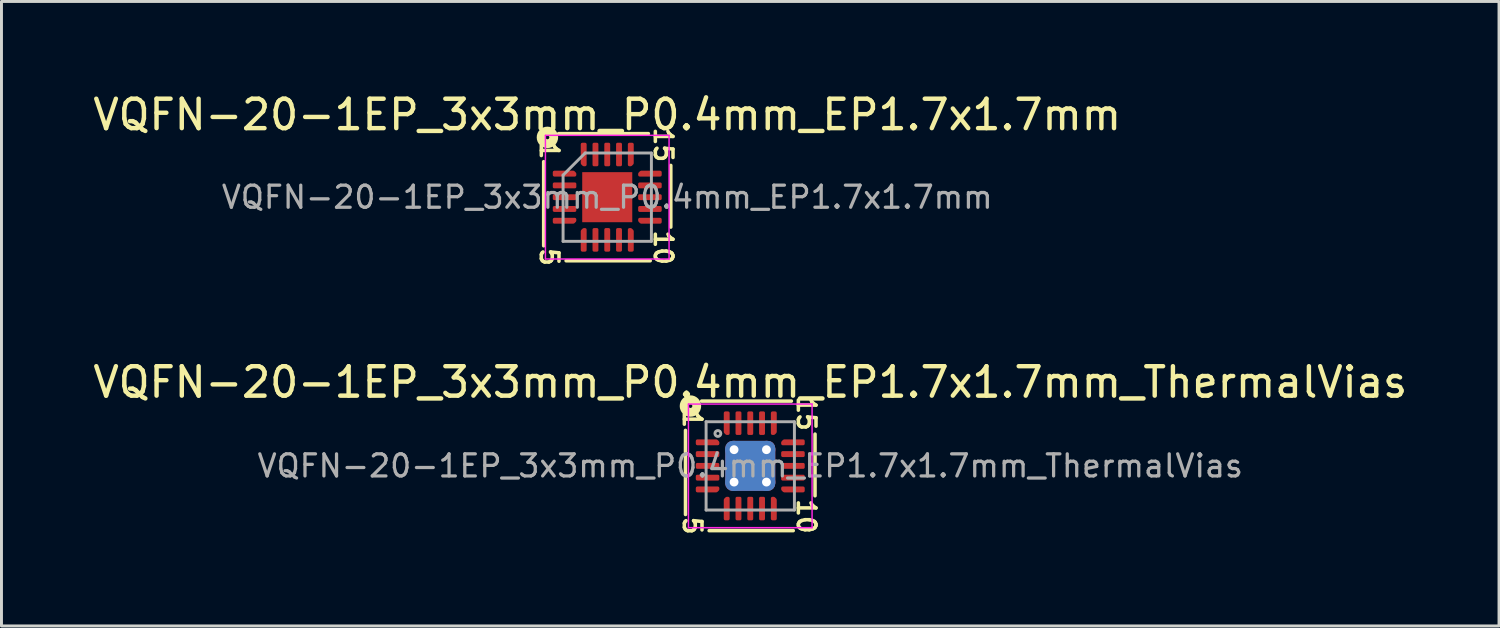
<source format=kicad_pcb>
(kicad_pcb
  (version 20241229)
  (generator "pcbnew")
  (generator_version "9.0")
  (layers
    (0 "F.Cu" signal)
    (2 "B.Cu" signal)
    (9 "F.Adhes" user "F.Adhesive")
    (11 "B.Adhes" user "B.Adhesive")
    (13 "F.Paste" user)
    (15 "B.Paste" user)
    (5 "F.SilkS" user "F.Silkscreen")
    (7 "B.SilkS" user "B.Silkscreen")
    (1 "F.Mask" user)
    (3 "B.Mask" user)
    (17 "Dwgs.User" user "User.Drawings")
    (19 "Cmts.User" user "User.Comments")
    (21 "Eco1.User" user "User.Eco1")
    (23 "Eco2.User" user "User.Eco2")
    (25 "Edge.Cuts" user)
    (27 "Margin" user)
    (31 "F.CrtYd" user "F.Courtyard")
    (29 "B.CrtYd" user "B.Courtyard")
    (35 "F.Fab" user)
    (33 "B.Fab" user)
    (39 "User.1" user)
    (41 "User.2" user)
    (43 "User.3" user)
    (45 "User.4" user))
  (footprint "VQFN-20-1EP_3x3mm_P0.4mm_EP1.7x1.7mm_ThermalVias"
    (layer "F.Cu")
    (at 22.435 12.775)
    (property "Reference" "VQFN-20-1EP_3x3mm_P0.4mm_EP1.7x1.7mm_ThermalVias" (at 0 -2.841 0) (layer "F.SilkS") (effects (font (size 1 1) (thickness 0.15))))
    (attr smd)
    (fp_line (start -2.2 -1.206) (end -2.2 1.651) (stroke (width 0.12) (type solid)) (layer "F.SilkS"))
    (fp_line (start -1.397 2.2) (end 1.46 2.2) (stroke (width 0.12) (type solid)) (layer "F.SilkS"))
    (fp_line (start 1.397 -2.2) (end -1.651 -2.2) (stroke (width 0.12) (type solid)) (layer "F.SilkS"))
    (fp_line (start 2.2 1.016) (end 2.2 -1.079) (stroke (width 0.12) (type solid)) (layer "F.SilkS"))
    (fp_circle (center -2.032 -2.032) (end -1.968 -2.032) (stroke (width 0.3) (type solid)) (fill no) (layer "F.SilkS"))
    (fp_line (start -2.1 -2.1) (end -2.1 2.1) (stroke (width 0.05) (type solid)) (layer "F.CrtYd"))
    (fp_line (start -2.1 2.1) (end 2.1 2.1) (stroke (width 0.05) (type solid)) (layer "F.CrtYd"))
    (fp_line (start 2.1 -2.1) (end -2.1 -2.1) (stroke (width 0.05) (type solid)) (layer "F.CrtYd"))
    (fp_line (start 2.1 2.1) (end 2.1 -2.1) (stroke (width 0.05) (type solid)) (layer "F.CrtYd"))
    (fp_line (start -1.5 -1.5) (end 1.5 -1.5) (stroke (width 0.1) (type solid)) (layer "F.Fab"))
    (fp_line (start -1.5 1.5) (end -1.5 -1.5) (stroke (width 0.1) (type solid)) (layer "F.Fab"))
    (fp_line (start 1.5 -1.5) (end 1.5 1.5) (stroke (width 0.1) (type solid)) (layer "F.Fab"))
    (fp_line (start 1.5 1.5) (end -1.5 1.5) (stroke (width 0.1) (type solid)) (layer "F.Fab"))
    (fp_circle (center -1.1 -1.1) (end -1 -1.1) (stroke (width 0.1) (type solid)) (fill no) (layer "F.Fab"))
    (fp_text user "10" (at 1.905 1.714 270) (unlocked yes) (layer "F.SilkS") (effects (font (size 0.6 0.6) (thickness 0.12))))
    (fp_text user "1" (at -1.968 -1.587 270) (unlocked yes) (layer "F.SilkS") (effects (font (size 0.6 0.6) (thickness 0.12))))
    (fp_text user "15" (at 1.905 -1.778 270) (unlocked yes) (layer "F.SilkS") (effects (font (size 0.6 0.6) (thickness 0.12))))
    (fp_text user "5" (at -1.968 2.032 270) (unlocked yes) (layer "F.SilkS") (effects (font (size 0.6 0.6) (thickness 0.12))))
    (fp_text user "${REFERENCE}" (at 0 0 0) (layer "F.Fab") (effects (font (size 0.75 0.75) (thickness 0.11))))
    (pad "" smd roundrect (at -0.425 -0.425) (size 0.74 0.74) (layers "F.Paste") (roundrect_rratio 0.25))
    (pad "" smd roundrect (at -0.425 0.425) (size 0.74 0.74) (layers "F.Paste") (roundrect_rratio 0.25))
    (pad "" smd roundrect (at 0.425 -0.425) (size 0.74 0.74) (layers "F.Paste") (roundrect_rratio 0.25))
    (pad "" smd roundrect (at 0.425 0.425) (size 0.74 0.74) (layers "F.Paste") (roundrect_rratio 0.25))
    (pad "1" smd custom (at -1.45 -0.8) (size 0.143 0.143) (layers "F.Cu" "F.Mask" "F.Paste") (options (anchor circle)) (primitives (gr_poly (pts (xy 0.35 0.001) (xy 0.35 0.05) (xy -0.35 0.05) (xy -0.35 -0.05) (xy 0.299 -0.05)) (width 0.1) (fill yes))))
    (pad "2" smd roundrect (at -1.45 -0.4) (size 0.8 0.2) (layers "F.Cu" "F.Mask" "F.Paste") (roundrect_rratio 0.25))
    (pad "3" smd roundrect (at -1.45 0) (size 0.8 0.2) (layers "F.Cu" "F.Mask" "F.Paste") (roundrect_rratio 0.25))
    (pad "4" smd roundrect (at -1.45 0.4) (size 0.8 0.2) (layers "F.Cu" "F.Mask" "F.Paste") (roundrect_rratio 0.25))
    (pad "5" smd custom (at -1.45 0.8) (size 0.143 0.143) (layers "F.Cu" "F.Mask" "F.Paste") (options (anchor circle)) (primitives (gr_poly (pts (xy 0.35 -0.001) (xy 0.299 0.05) (xy -0.35 0.05) (xy -0.35 -0.05) (xy 0.35 -0.05)) (width 0.1) (fill yes))))
    (pad "6" smd custom (at -0.8 1.45) (size 0.143 0.143) (layers "F.Cu" "F.Mask" "F.Paste") (options (anchor circle)) (primitives (gr_poly (pts (xy 0.05 0.35) (xy -0.05 0.35) (xy -0.05 -0.299) (xy 0.001 -0.35) (xy 0.05 -0.35)) (width 0.1) (fill yes))))
    (pad "7" smd roundrect (at -0.4 1.45) (size 0.2 0.8) (layers "F.Cu" "F.Mask" "F.Paste") (roundrect_rratio 0.25))
    (pad "8" smd roundrect (at 0 1.45) (size 0.2 0.8) (layers "F.Cu" "F.Mask" "F.Paste") (roundrect_rratio 0.25))
    (pad "9" smd roundrect (at 0.4 1.45) (size 0.2 0.8) (layers "F.Cu" "F.Mask" "F.Paste") (roundrect_rratio 0.25))
    (pad "10" smd custom (at 0.8 1.45) (size 0.143 0.143) (layers "F.Cu" "F.Mask" "F.Paste") (options (anchor circle)) (primitives (gr_poly (pts (xy 0.05 -0.299) (xy 0.05 0.35) (xy -0.05 0.35) (xy -0.05 -0.35) (xy -0.001 -0.35)) (width 0.1) (fill yes))))
    (pad "11" smd custom (at 1.45 0.8) (size 0.143 0.143) (layers "F.Cu" "F.Mask" "F.Paste") (options (anchor circle)) (primitives (gr_poly (pts (xy 0.35 0.05) (xy -0.299 0.05) (xy -0.35 -0.001) (xy -0.35 -0.05) (xy 0.35 -0.05)) (width 0.1) (fill yes))))
    (pad "12" smd roundrect (at 1.45 0.4) (size 0.8 0.2) (layers "F.Cu" "F.Mask" "F.Paste") (roundrect_rratio 0.25))
    (pad "13" smd roundrect (at 1.45 0) (size 0.8 0.2) (layers "F.Cu" "F.Mask" "F.Paste") (roundrect_rratio 0.25))
    (pad "14" smd roundrect (at 1.45 -0.4) (size 0.8 0.2) (layers "F.Cu" "F.Mask" "F.Paste") (roundrect_rratio 0.25))
    (pad "15" smd custom (at 1.45 -0.8) (size 0.143 0.143) (layers "F.Cu" "F.Mask" "F.Paste") (options (anchor circle)) (primitives (gr_poly (pts (xy 0.35 0.05) (xy -0.35 0.05) (xy -0.35 0.001) (xy -0.299 -0.05) (xy 0.35 -0.05)) (width 0.1) (fill yes))))
    (pad "16" smd custom (at 0.8 -1.45) (size 0.143 0.143) (layers "F.Cu" "F.Mask" "F.Paste") (options (anchor circle)) (primitives (gr_poly (pts (xy 0.05 0.299) (xy -0.001 0.35) (xy -0.05 0.35) (xy -0.05 -0.35) (xy 0.05 -0.35)) (width 0.1) (fill yes))))
    (pad "17" smd roundrect (at 0.4 -1.45) (size 0.2 0.8) (layers "F.Cu" "F.Mask" "F.Paste") (roundrect_rratio 0.25))
    (pad "18" smd roundrect (at 0 -1.45) (size 0.2 0.8) (layers "F.Cu" "F.Mask" "F.Paste") (roundrect_rratio 0.25))
    (pad "19" smd roundrect (at -0.4 -1.45) (size 0.2 0.8) (layers "F.Cu" "F.Mask" "F.Paste") (roundrect_rratio 0.25))
    (pad "20" smd custom (at -0.8 -1.45) (size 0.143 0.143) (layers "F.Cu" "F.Mask" "F.Paste") (options (anchor circle)) (primitives (gr_poly (pts (xy 0.05 0.35) (xy 0.001 0.35) (xy -0.05 0.299) (xy -0.05 -0.35) (xy 0.05 -0.35)) (width 0.1) (fill yes))))
    (pad "21" thru_hole circle (at -0.55 -0.55) (size 0.6 0.6) (drill 0.3) (property pad_prop_heatsink) (layers "*.Cu"))
    (pad "21" thru_hole circle (at -0.55 0.55) (size 0.6 0.6) (drill 0.3) (property pad_prop_heatsink) (layers "*.Cu"))
    (pad "21" smd roundrect (at 0 0) (size 1.7 1.7) (layers "F.Cu" "F.Mask") (roundrect_rratio 0.147))
    (pad "21" smd roundrect (at 0 0) (size 1.7 1.7) (layers "B.Cu" "B.Mask") (roundrect_rratio 0.147))
    (pad "21" thru_hole circle (at 0.55 -0.55) (size 0.6 0.6) (drill 0.3) (property pad_prop_heatsink) (layers "*.Cu"))
    (pad "21" thru_hole circle (at 0.55 0.55) (size 0.6 0.6) (drill 0.3) (property pad_prop_heatsink) (layers "*.Cu")))
  (footprint "VQFN-20-1EP_3x3mm_P0.4mm_EP1.7x1.7mm"
    (layer "F.Cu")
    (at 17.577 3.648)
    (property "Reference" "VQFN-20-1EP_3x3mm_P0.4mm_EP1.7x1.7mm" (at 0 -2.8 0) (layer "F.SilkS") (effects (font (size 1 1) (thickness 0.15))))
    (attr smd)
    (fp_line (start -2.159 -1.206) (end -2.159 1.651) (stroke (width 0.12) (type solid)) (layer "F.SilkS"))
    (fp_line (start -1.397 2.159) (end 1.46 2.159) (stroke (width 0.12) (type solid)) (layer "F.SilkS"))
    (fp_line (start 1.397 -2.159) (end -1.651 -2.159) (stroke (width 0.12) (type solid)) (layer "F.SilkS"))
    (fp_line (start 2.159 1.016) (end 2.159 -1.079) (stroke (width 0.12) (type solid)) (layer "F.SilkS"))
    (fp_circle (center -2.032 -2.032) (end -1.968 -2.032) (stroke (width 0.3) (type solid)) (fill no) (layer "F.SilkS"))
    (fp_line (start -2.1 -2.1) (end -2.1 2.1) (stroke (width 0.05) (type solid)) (layer "F.CrtYd"))
    (fp_line (start -2.1 2.1) (end 2.1 2.1) (stroke (width 0.05) (type solid)) (layer "F.CrtYd"))
    (fp_line (start 2.1 -2.1) (end -2.1 -2.1) (stroke (width 0.05) (type solid)) (layer "F.CrtYd"))
    (fp_line (start 2.1 2.1) (end 2.1 -2.1) (stroke (width 0.05) (type solid)) (layer "F.CrtYd"))
    (fp_line (start -1.5 -0.75) (end -0.75 -1.5) (stroke (width 0.1) (type solid)) (layer "F.Fab"))
    (fp_line (start -1.5 1.5) (end -1.5 -0.75) (stroke (width 0.1) (type solid)) (layer "F.Fab"))
    (fp_line (start -0.75 -1.5) (end 1.5 -1.5) (stroke (width 0.1) (type solid)) (layer "F.Fab"))
    (fp_line (start 1.5 -1.5) (end 1.5 1.5) (stroke (width 0.1) (type solid)) (layer "F.Fab"))
    (fp_line (start 1.5 1.5) (end -1.5 1.5) (stroke (width 0.1) (type solid)) (layer "F.Fab"))
    (fp_text user "15" (at 1.905 -1.778 270) (unlocked yes) (layer "F.SilkS") (effects (font (size 0.6 0.6) (thickness 0.12))))
    (fp_text user "10" (at 1.905 1.714 270) (unlocked yes) (layer "F.SilkS") (effects (font (size 0.6 0.6) (thickness 0.12))))
    (fp_text user "5" (at -1.968 2.032 270) (unlocked yes) (layer "F.SilkS") (effects (font (size 0.6 0.6) (thickness 0.12))))
    (fp_text user "1" (at -1.968 -1.587 270) (unlocked yes) (layer "F.SilkS") (effects (font (size 0.6 0.6) (thickness 0.12))))
    (fp_text user "${REFERENCE}" (at 0 0 0) (layer "F.Fab") (effects (font (size 0.75 0.75) (thickness 0.11))))
    (pad "" smd roundrect (at -0.425 -0.425) (size 0.69 0.69) (layers "F.Paste") (roundrect_rratio 0.25))
    (pad "" smd roundrect (at -0.425 0.425) (size 0.69 0.69) (layers "F.Paste") (roundrect_rratio 0.25))
    (pad "" smd roundrect (at 0.425 -0.425) (size 0.69 0.69) (layers "F.Paste") (roundrect_rratio 0.25))
    (pad "" smd roundrect (at 0.425 0.425) (size 0.69 0.69) (layers "F.Paste") (roundrect_rratio 0.25))
    (pad "1" smd custom (at -1.45 -0.8) (size 0.143 0.143) (layers "F.Cu" "F.Mask" "F.Paste") (options (anchor circle)) (primitives (gr_poly (pts (xy -0.35 -0.05) (xy 0.299 -0.05) (xy 0.35 0.001) (xy 0.35 0.05) (xy -0.35 0.05)) (width 0.1) (fill yes))))
    (pad "2" smd roundrect (at -1.45 -0.4) (size 0.8 0.2) (layers "F.Cu" "F.Mask" "F.Paste") (roundrect_rratio 0.25))
    (pad "3" smd roundrect (at -1.45 0) (size 0.8 0.2) (layers "F.Cu" "F.Mask" "F.Paste") (roundrect_rratio 0.25))
    (pad "4" smd roundrect (at -1.45 0.4) (size 0.8 0.2) (layers "F.Cu" "F.Mask" "F.Paste") (roundrect_rratio 0.25))
    (pad "5" smd custom (at -1.45 0.8) (size 0.143 0.143) (layers "F.Cu" "F.Mask" "F.Paste") (options (anchor circle)) (primitives (gr_poly (pts (xy -0.35 -0.05) (xy 0.35 -0.05) (xy 0.35 -0.001) (xy 0.299 0.05) (xy -0.35 0.05)) (width 0.1) (fill yes))))
    (pad "6" smd custom (at -0.8 1.45) (size 0.143 0.143) (layers "F.Cu" "F.Mask" "F.Paste") (options (anchor circle)) (primitives (gr_poly (pts (xy -0.05 -0.299) (xy 0.001 -0.35) (xy 0.05 -0.35) (xy 0.05 0.35) (xy -0.05 0.35)) (width 0.1) (fill yes))))
    (pad "7" smd roundrect (at -0.4 1.45) (size 0.2 0.8) (layers "F.Cu" "F.Mask" "F.Paste") (roundrect_rratio 0.25))
    (pad "8" smd roundrect (at 0 1.45) (size 0.2 0.8) (layers "F.Cu" "F.Mask" "F.Paste") (roundrect_rratio 0.25))
    (pad "9" smd roundrect (at 0.4 1.45) (size 0.2 0.8) (layers "F.Cu" "F.Mask" "F.Paste") (roundrect_rratio 0.25))
    (pad "10" smd custom (at 0.8 1.45) (size 0.143 0.143) (layers "F.Cu" "F.Mask" "F.Paste") (options (anchor circle)) (primitives (gr_poly (pts (xy -0.05 -0.35) (xy -0.001 -0.35) (xy 0.05 -0.299) (xy 0.05 0.35) (xy -0.05 0.35)) (width 0.1) (fill yes))))
    (pad "11" smd custom (at 1.45 0.8) (size 0.143 0.143) (layers "F.Cu" "F.Mask" "F.Paste") (options (anchor circle)) (primitives (gr_poly (pts (xy -0.35 -0.05) (xy 0.35 -0.05) (xy 0.35 0.05) (xy -0.299 0.05) (xy -0.35 -0.001)) (width 0.1) (fill yes))))
    (pad "12" smd roundrect (at 1.45 0.4) (size 0.8 0.2) (layers "F.Cu" "F.Mask" "F.Paste") (roundrect_rratio 0.25))
    (pad "13" smd roundrect (at 1.45 0) (size 0.8 0.2) (layers "F.Cu" "F.Mask" "F.Paste") (roundrect_rratio 0.25))
    (pad "14" smd roundrect (at 1.45 -0.4) (size 0.8 0.2) (layers "F.Cu" "F.Mask" "F.Paste") (roundrect_rratio 0.25))
    (pad "15" smd custom (at 1.45 -0.8) (size 0.143 0.143) (layers "F.Cu" "F.Mask" "F.Paste") (options (anchor circle)) (primitives (gr_poly (pts (xy -0.35 0.001) (xy -0.299 -0.05) (xy 0.35 -0.05) (xy 0.35 0.05) (xy -0.35 0.05)) (width 0.1) (fill yes))))
    (pad "16" smd custom (at 0.8 -1.45) (size 0.143 0.143) (layers "F.Cu" "F.Mask" "F.Paste") (options (anchor circle)) (primitives (gr_poly (pts (xy -0.05 -0.35) (xy 0.05 -0.35) (xy 0.05 0.299) (xy -0.001 0.35) (xy -0.05 0.35)) (width 0.1) (fill yes))))
    (pad "17" smd roundrect (at 0.4 -1.45) (size 0.2 0.8) (layers "F.Cu" "F.Mask" "F.Paste") (roundrect_rratio 0.25))
    (pad "18" smd roundrect (at 0 -1.45) (size 0.2 0.8) (layers "F.Cu" "F.Mask" "F.Paste") (roundrect_rratio 0.25))
    (pad "19" smd roundrect (at -0.4 -1.45) (size 0.2 0.8) (layers "F.Cu" "F.Mask" "F.Paste") (roundrect_rratio 0.25))
    (pad "20" smd custom (at -0.8 -1.45) (size 0.143 0.143) (layers "F.Cu" "F.Mask" "F.Paste") (options (anchor circle)) (primitives (gr_poly (pts (xy -0.05 -0.35) (xy 0.05 -0.35) (xy 0.05 0.35) (xy 0.001 0.35) (xy -0.05 0.299)) (width 0.1) (fill yes))))
    (pad "21" smd rect (at 0 0) (size 1.7 1.7) (layers "F.Cu" "F.Mask")))
  (gr_rect
    (start -3 -3)
    (end 47.869 18.213)
    (stroke (width 0.1) (type default))
    (fill no)
    (layer "Edge.Cuts")))
</source>
